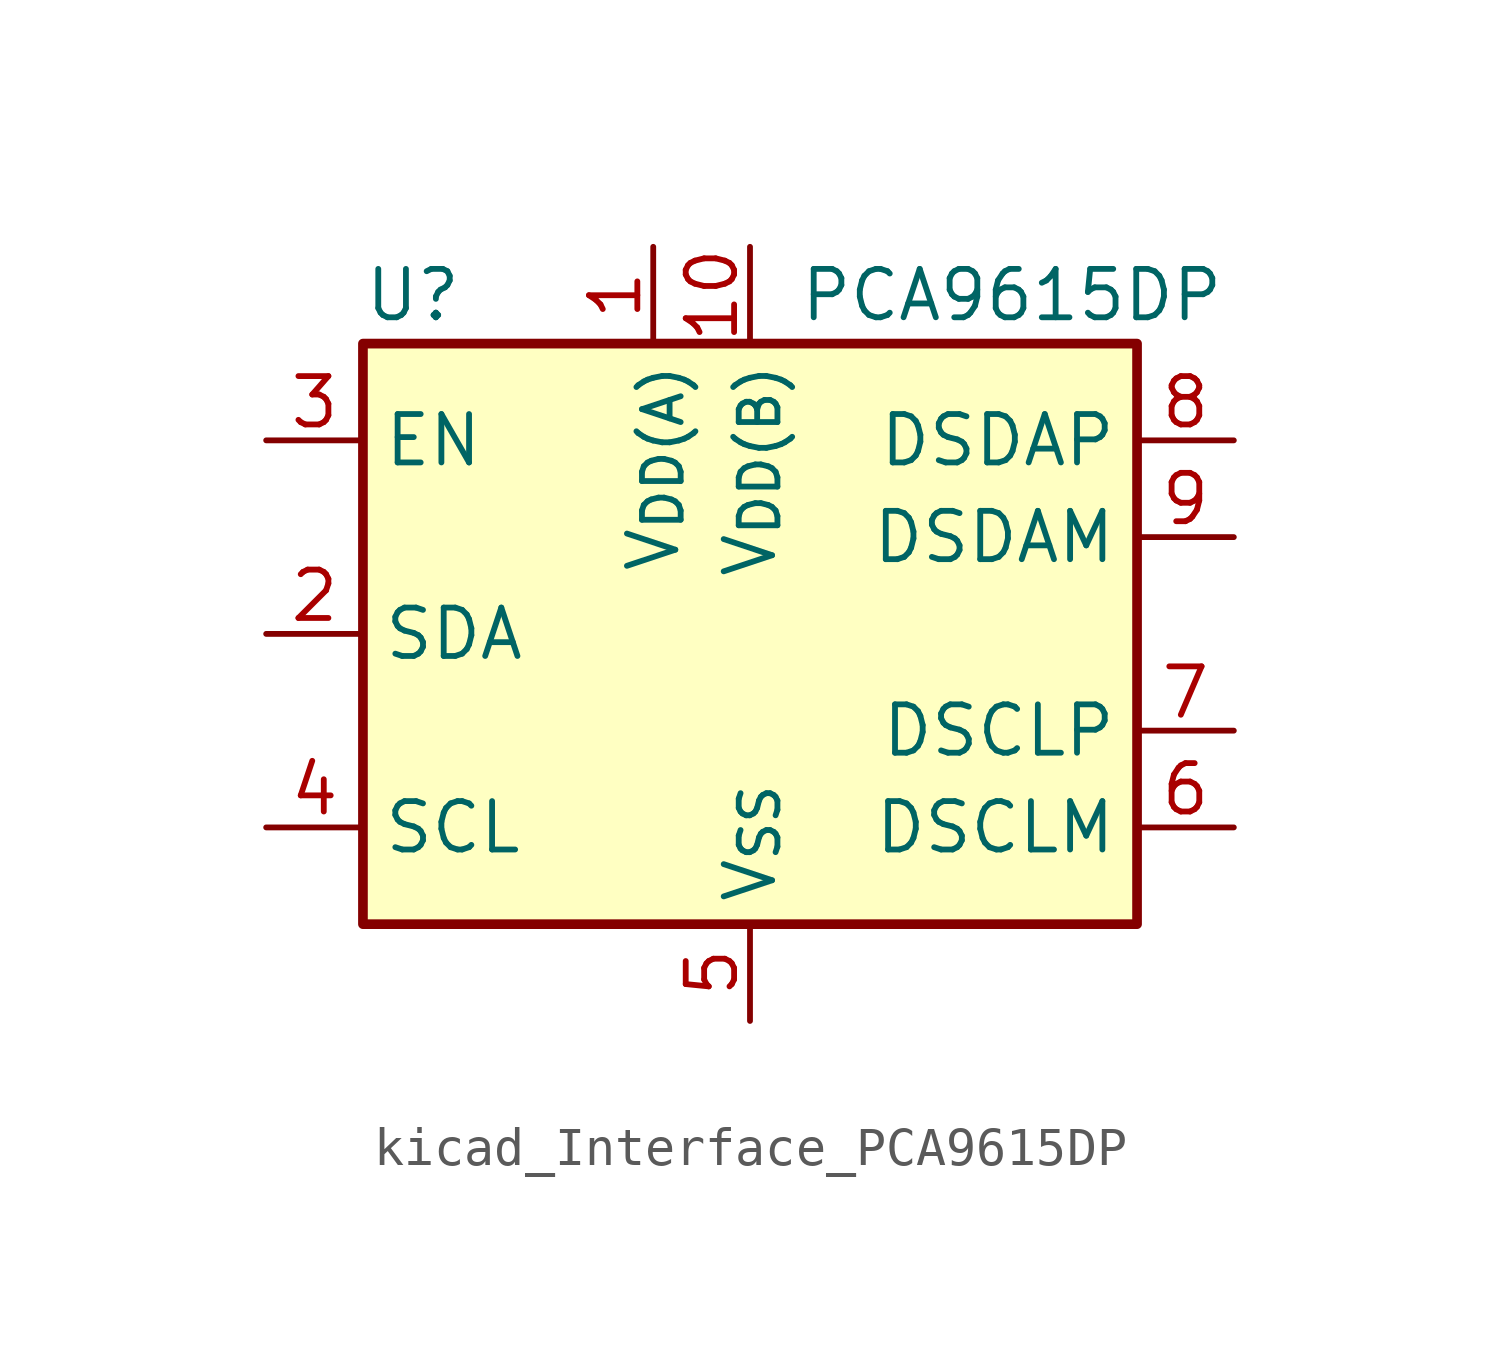
<source format=kicad_sym>
(kicad_symbol_lib
  (version 20220914)
  (generator kicad_symbol_editor)
  (symbol "kicad_Interface_PCA9615DP"
    (property "Reference" "U"
      (at -10.16 8.89 0)
      (effects (font (size 1.27 1.27)) (justify left)))
    (property "Value" "PCA9615DP"
      (at 1.27 8.89 0)
      (effects (font (size 1.27 1.27)) (justify left)))
    (symbol "kicad_Interface_PCA9615DP_0_1"
      (rectangle (start -10.16 7.62) (end 10.16 -7.62) (stroke (width 0.254) (type default)) (fill (type background))))
    (symbol "kicad_Interface_PCA9615DP_1_1"
      (pin power_in line (at -2.54 10.16 270) (length 2.54) (name "V_{DD(A)}" (effects (font (size 1.27 1.27)))) (number "1" (effects (font (size 1.27 1.27)))))
      (pin power_in line (at 0 10.16 270) (length 2.54) (name "V_{DD(B)}" (effects (font (size 1.27 1.27)))) (number "10" (effects (font (size 1.27 1.27)))))
      (pin bidirectional line (at -12.7 0 0) (length 2.54) (name "SDA" (effects (font (size 1.27 1.27)))) (number "2" (effects (font (size 1.27 1.27)))))
      (pin input line (at -12.7 5.08 0) (length 2.54) (name "EN" (effects (font (size 1.27 1.27)))) (number "3" (effects (font (size 1.27 1.27)))))
      (pin bidirectional line (at -12.7 -5.08 0) (length 2.54) (name "SCL" (effects (font (size 1.27 1.27)))) (number "4" (effects (font (size 1.27 1.27)))))
      (pin power_in line (at 0 -10.16 90) (length 2.54) (name "V_{SS}" (effects (font (size 1.27 1.27)))) (number "5" (effects (font (size 1.27 1.27)))))
      (pin bidirectional line (at 12.7 -5.08 180) (length 2.54) (name "DSCLM" (effects (font (size 1.27 1.27)))) (number "6" (effects (font (size 1.27 1.27)))))
      (pin bidirectional line (at 12.7 -2.54 180) (length 2.54) (name "DSCLP" (effects (font (size 1.27 1.27)))) (number "7" (effects (font (size 1.27 1.27)))))
      (pin bidirectional line (at 12.7 5.08 180) (length 2.54) (name "DSDAP" (effects (font (size 1.27 1.27)))) (number "8" (effects (font (size 1.27 1.27)))))
      (pin bidirectional line (at 12.7 2.54 180) (length 2.54) (name "DSDAM" (effects (font (size 1.27 1.27)))) (number "9" (effects (font (size 1.27 1.27))))))))
</source>
